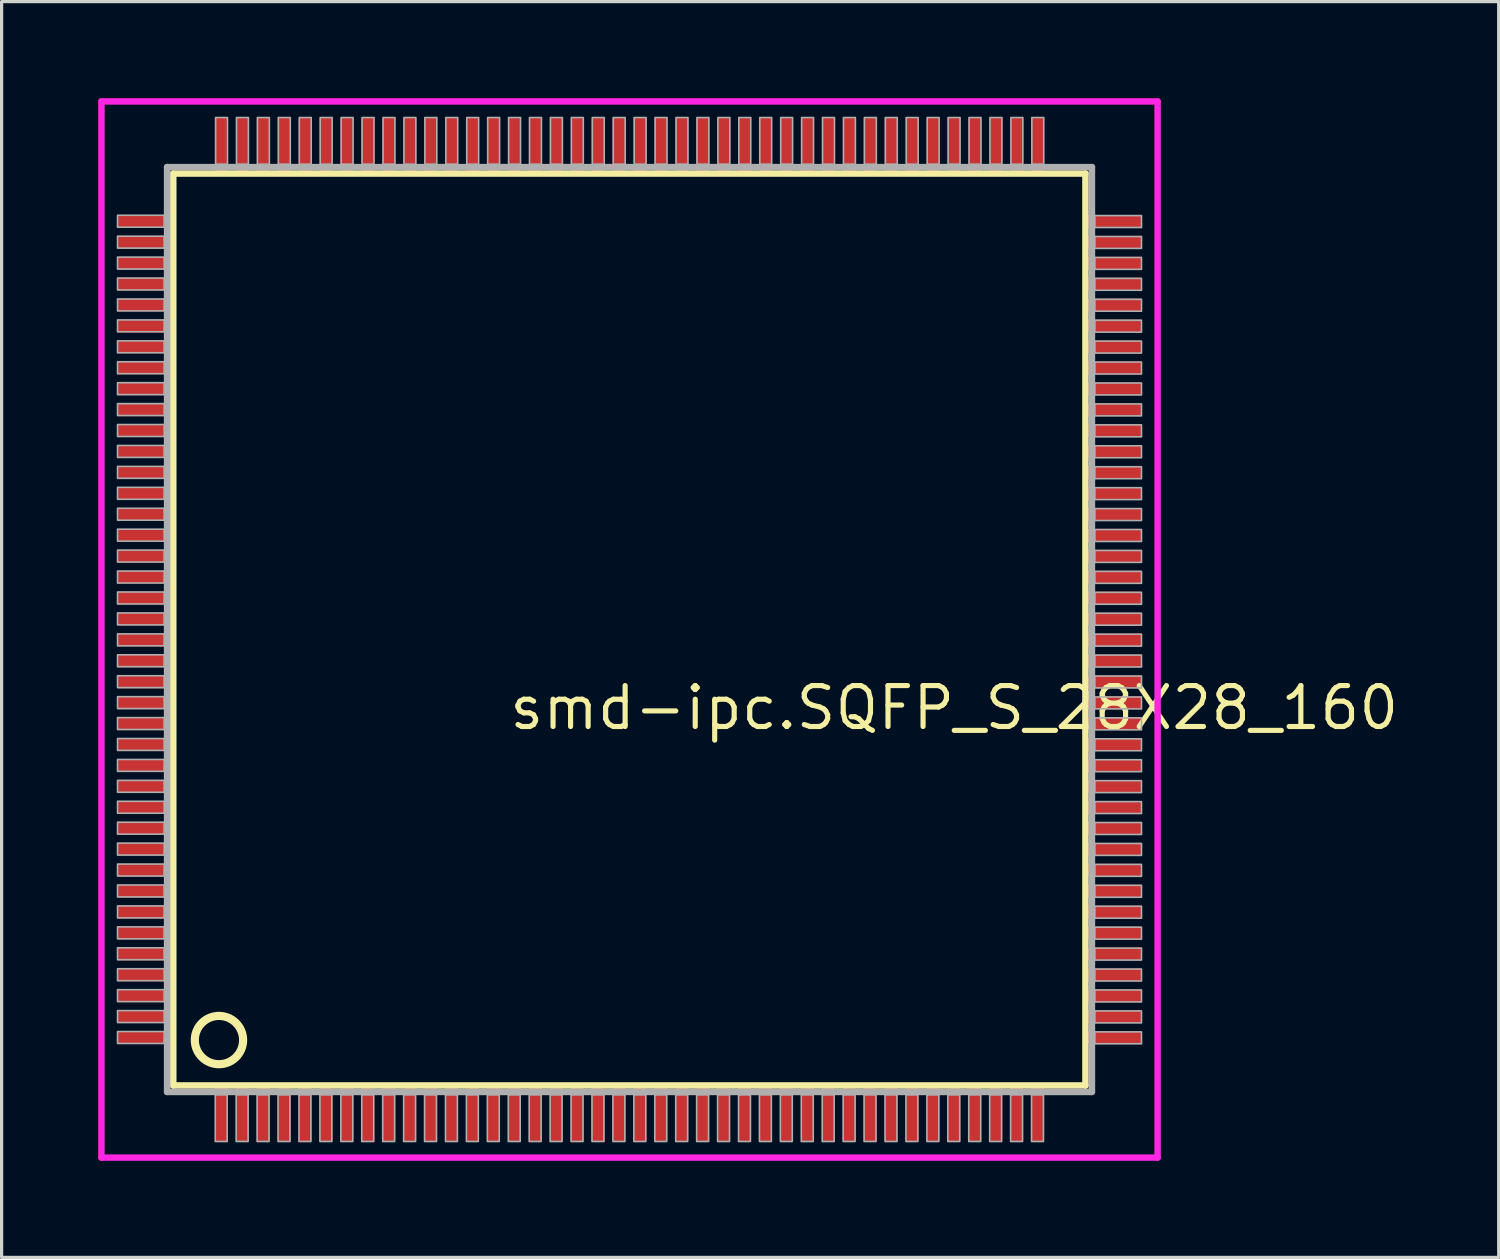
<source format=kicad_pcb>
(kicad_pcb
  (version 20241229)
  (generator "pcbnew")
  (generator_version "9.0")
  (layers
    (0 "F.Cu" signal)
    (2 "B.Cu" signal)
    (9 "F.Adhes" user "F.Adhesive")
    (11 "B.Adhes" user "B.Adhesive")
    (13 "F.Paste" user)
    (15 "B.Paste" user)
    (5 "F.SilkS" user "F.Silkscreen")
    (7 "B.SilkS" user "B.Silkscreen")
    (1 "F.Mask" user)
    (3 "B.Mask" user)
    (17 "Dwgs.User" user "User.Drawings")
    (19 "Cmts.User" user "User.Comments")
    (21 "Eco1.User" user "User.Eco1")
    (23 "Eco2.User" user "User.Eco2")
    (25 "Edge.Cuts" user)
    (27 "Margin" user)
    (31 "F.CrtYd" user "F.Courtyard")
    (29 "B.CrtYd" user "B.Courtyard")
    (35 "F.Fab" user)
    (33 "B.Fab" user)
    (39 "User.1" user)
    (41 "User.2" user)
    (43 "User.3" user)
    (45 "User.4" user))
  (footprint "smd-ipc.SQFP_S_28X28_160"
    (layer "F.Cu")
    (at 16.5 16.5)
    (property "Reference" "smd-ipc.SQFP_S_28X28_160" (at -3.81 3.175 0) (layer "F.SilkS") (effects (font (size 1.27 1.27) (thickness 0.16)) (justify left bottom)))
    (attr smd)
    (fp_line (start -14.17 -14.16) (end 14.16 -14.16) (stroke (width 0.203) (type default)) (layer "F.SilkS"))
    (fp_line (start -14.17 14.16) (end -14.17 -14.16) (stroke (width 0.203) (type default)) (layer "F.SilkS"))
    (fp_line (start 14.16 -14.16) (end 14.16 14.16) (stroke (width 0.203) (type default)) (layer "F.SilkS"))
    (fp_line (start 14.16 14.16) (end -14.17 14.16) (stroke (width 0.203) (type default)) (layer "F.SilkS"))
    (fp_circle (center -12.75 12.75) (end -12 12.75) (stroke (width 0.254) (type default)) (fill no) (layer "F.SilkS"))
    (fp_line (start -16.4 -16.4) (end 16.4 -16.4) (stroke (width 0.2) (type default)) (layer "F.CrtYd"))
    (fp_line (start -16.4 16.4) (end -16.4 -16.4) (stroke (width 0.2) (type default)) (layer "F.CrtYd"))
    (fp_line (start 16.4 -16.4) (end 16.4 16.4) (stroke (width 0.2) (type default)) (layer "F.CrtYd"))
    (fp_line (start 16.4 16.4) (end -16.4 16.4) (stroke (width 0.2) (type default)) (layer "F.CrtYd"))
    (fp_line (start -14.36 -14.36) (end -14.36 14.36) (stroke (width 0.203) (type default)) (layer "F.Fab"))
    (fp_line (start -14.36 14.36) (end 14.36 14.36) (stroke (width 0.203) (type default)) (layer "F.Fab"))
    (fp_line (start 14.36 -14.36) (end -14.36 -14.36) (stroke (width 0.203) (type default)) (layer "F.Fab"))
    (fp_line (start 14.36 14.36) (end 14.36 -14.36) (stroke (width 0.203) (type default)) (layer "F.Fab"))
    (fp_rect (start -15.9 -12.495) (end -14.45 -12.865) (stroke (width 0.05) (type default)) (fill no) (layer "F.Fab"))
    (fp_rect (start -15.9 -11.845) (end -14.45 -12.215) (stroke (width 0.05) (type default)) (fill no) (layer "F.Fab"))
    (fp_rect (start -15.9 -11.195) (end -14.45 -11.565) (stroke (width 0.05) (type default)) (fill no) (layer "F.Fab"))
    (fp_rect (start -15.9 -10.545) (end -14.45 -10.915) (stroke (width 0.05) (type default)) (fill no) (layer "F.Fab"))
    (fp_rect (start -15.9 -9.895) (end -14.45 -10.265) (stroke (width 0.05) (type default)) (fill no) (layer "F.Fab"))
    (fp_rect (start -15.9 -9.245) (end -14.45 -9.615) (stroke (width 0.05) (type default)) (fill no) (layer "F.Fab"))
    (fp_rect (start -15.9 -8.595) (end -14.45 -8.965) (stroke (width 0.05) (type default)) (fill no) (layer "F.Fab"))
    (fp_rect (start -15.9 -7.945) (end -14.45 -8.315) (stroke (width 0.05) (type default)) (fill no) (layer "F.Fab"))
    (fp_rect (start -15.9 -7.295) (end -14.45 -7.665) (stroke (width 0.05) (type default)) (fill no) (layer "F.Fab"))
    (fp_rect (start -15.9 -6.645) (end -14.45 -7.015) (stroke (width 0.05) (type default)) (fill no) (layer "F.Fab"))
    (fp_rect (start -15.9 -5.995) (end -14.45 -6.365) (stroke (width 0.05) (type default)) (fill no) (layer "F.Fab"))
    (fp_rect (start -15.9 -5.345) (end -14.45 -5.715) (stroke (width 0.05) (type default)) (fill no) (layer "F.Fab"))
    (fp_rect (start -15.9 -4.695) (end -14.45 -5.065) (stroke (width 0.05) (type default)) (fill no) (layer "F.Fab"))
    (fp_rect (start -15.9 -4.045) (end -14.45 -4.415) (stroke (width 0.05) (type default)) (fill no) (layer "F.Fab"))
    (fp_rect (start -15.9 -3.395) (end -14.45 -3.765) (stroke (width 0.05) (type default)) (fill no) (layer "F.Fab"))
    (fp_rect (start -15.9 -2.745) (end -14.45 -3.115) (stroke (width 0.05) (type default)) (fill no) (layer "F.Fab"))
    (fp_rect (start -15.9 -2.095) (end -14.45 -2.465) (stroke (width 0.05) (type default)) (fill no) (layer "F.Fab"))
    (fp_rect (start -15.9 -1.445) (end -14.45 -1.815) (stroke (width 0.05) (type default)) (fill no) (layer "F.Fab"))
    (fp_rect (start -15.9 -0.795) (end -14.45 -1.165) (stroke (width 0.05) (type default)) (fill no) (layer "F.Fab"))
    (fp_rect (start -15.9 -0.145) (end -14.45 -0.515) (stroke (width 0.05) (type default)) (fill no) (layer "F.Fab"))
    (fp_rect (start -15.9 0.505) (end -14.45 0.135) (stroke (width 0.05) (type default)) (fill no) (layer "F.Fab"))
    (fp_rect (start -15.9 1.155) (end -14.45 0.785) (stroke (width 0.05) (type default)) (fill no) (layer "F.Fab"))
    (fp_rect (start -15.9 1.805) (end -14.45 1.435) (stroke (width 0.05) (type default)) (fill no) (layer "F.Fab"))
    (fp_rect (start -15.9 2.455) (end -14.45 2.085) (stroke (width 0.05) (type default)) (fill no) (layer "F.Fab"))
    (fp_rect (start -15.9 3.105) (end -14.45 2.735) (stroke (width 0.05) (type default)) (fill no) (layer "F.Fab"))
    (fp_rect (start -15.9 3.755) (end -14.45 3.385) (stroke (width 0.05) (type default)) (fill no) (layer "F.Fab"))
    (fp_rect (start -15.9 4.405) (end -14.45 4.035) (stroke (width 0.05) (type default)) (fill no) (layer "F.Fab"))
    (fp_rect (start -15.9 5.055) (end -14.45 4.685) (stroke (width 0.05) (type default)) (fill no) (layer "F.Fab"))
    (fp_rect (start -15.9 5.705) (end -14.45 5.335) (stroke (width 0.05) (type default)) (fill no) (layer "F.Fab"))
    (fp_rect (start -15.9 6.355) (end -14.45 5.985) (stroke (width 0.05) (type default)) (fill no) (layer "F.Fab"))
    (fp_rect (start -15.9 7.005) (end -14.45 6.635) (stroke (width 0.05) (type default)) (fill no) (layer "F.Fab"))
    (fp_rect (start -15.9 7.655) (end -14.45 7.285) (stroke (width 0.05) (type default)) (fill no) (layer "F.Fab"))
    (fp_rect (start -15.9 8.305) (end -14.45 7.935) (stroke (width 0.05) (type default)) (fill no) (layer "F.Fab"))
    (fp_rect (start -15.9 8.955) (end -14.45 8.585) (stroke (width 0.05) (type default)) (fill no) (layer "F.Fab"))
    (fp_rect (start -15.9 9.605) (end -14.45 9.235) (stroke (width 0.05) (type default)) (fill no) (layer "F.Fab"))
    (fp_rect (start -15.9 10.255) (end -14.45 9.885) (stroke (width 0.05) (type default)) (fill no) (layer "F.Fab"))
    (fp_rect (start -15.9 10.905) (end -14.45 10.535) (stroke (width 0.05) (type default)) (fill no) (layer "F.Fab"))
    (fp_rect (start -15.9 11.555) (end -14.45 11.185) (stroke (width 0.05) (type default)) (fill no) (layer "F.Fab"))
    (fp_rect (start -15.9 12.205) (end -14.45 11.835) (stroke (width 0.05) (type default)) (fill no) (layer "F.Fab"))
    (fp_rect (start -15.9 12.855) (end -14.45 12.485) (stroke (width 0.05) (type default)) (fill no) (layer "F.Fab"))
    (fp_rect (start -12.865 15.9) (end -12.495 14.45) (stroke (width 0.05) (type default)) (fill no) (layer "F.Fab"))
    (fp_rect (start -12.855 -14.45) (end -12.485 -15.9) (stroke (width 0.05) (type default)) (fill no) (layer "F.Fab"))
    (fp_rect (start -12.215 15.9) (end -11.845 14.45) (stroke (width 0.05) (type default)) (fill no) (layer "F.Fab"))
    (fp_rect (start -12.205 -14.45) (end -11.835 -15.9) (stroke (width 0.05) (type default)) (fill no) (layer "F.Fab"))
    (fp_rect (start -11.565 15.9) (end -11.195 14.45) (stroke (width 0.05) (type default)) (fill no) (layer "F.Fab"))
    (fp_rect (start -11.555 -14.45) (end -11.185 -15.9) (stroke (width 0.05) (type default)) (fill no) (layer "F.Fab"))
    (fp_rect (start -10.915 15.9) (end -10.545 14.45) (stroke (width 0.05) (type default)) (fill no) (layer "F.Fab"))
    (fp_rect (start -10.905 -14.45) (end -10.535 -15.9) (stroke (width 0.05) (type default)) (fill no) (layer "F.Fab"))
    (fp_rect (start -10.265 15.9) (end -9.895 14.45) (stroke (width 0.05) (type default)) (fill no) (layer "F.Fab"))
    (fp_rect (start -10.255 -14.45) (end -9.885 -15.9) (stroke (width 0.05) (type default)) (fill no) (layer "F.Fab"))
    (fp_rect (start -9.615 15.9) (end -9.245 14.45) (stroke (width 0.05) (type default)) (fill no) (layer "F.Fab"))
    (fp_rect (start -9.605 -14.45) (end -9.235 -15.9) (stroke (width 0.05) (type default)) (fill no) (layer "F.Fab"))
    (fp_rect (start -8.965 15.9) (end -8.595 14.45) (stroke (width 0.05) (type default)) (fill no) (layer "F.Fab"))
    (fp_rect (start -8.955 -14.45) (end -8.585 -15.9) (stroke (width 0.05) (type default)) (fill no) (layer "F.Fab"))
    (fp_rect (start -8.315 15.9) (end -7.945 14.45) (stroke (width 0.05) (type default)) (fill no) (layer "F.Fab"))
    (fp_rect (start -8.305 -14.45) (end -7.935 -15.9) (stroke (width 0.05) (type default)) (fill no) (layer "F.Fab"))
    (fp_rect (start -7.665 15.9) (end -7.295 14.45) (stroke (width 0.05) (type default)) (fill no) (layer "F.Fab"))
    (fp_rect (start -7.655 -14.45) (end -7.285 -15.9) (stroke (width 0.05) (type default)) (fill no) (layer "F.Fab"))
    (fp_rect (start -7.015 15.9) (end -6.645 14.45) (stroke (width 0.05) (type default)) (fill no) (layer "F.Fab"))
    (fp_rect (start -7.005 -14.45) (end -6.635 -15.9) (stroke (width 0.05) (type default)) (fill no) (layer "F.Fab"))
    (fp_rect (start -6.365 15.9) (end -5.995 14.45) (stroke (width 0.05) (type default)) (fill no) (layer "F.Fab"))
    (fp_rect (start -6.355 -14.45) (end -5.985 -15.9) (stroke (width 0.05) (type default)) (fill no) (layer "F.Fab"))
    (fp_rect (start -5.715 15.9) (end -5.345 14.45) (stroke (width 0.05) (type default)) (fill no) (layer "F.Fab"))
    (fp_rect (start -5.705 -14.45) (end -5.335 -15.9) (stroke (width 0.05) (type default)) (fill no) (layer "F.Fab"))
    (fp_rect (start -5.065 15.9) (end -4.695 14.45) (stroke (width 0.05) (type default)) (fill no) (layer "F.Fab"))
    (fp_rect (start -5.055 -14.45) (end -4.685 -15.9) (stroke (width 0.05) (type default)) (fill no) (layer "F.Fab"))
    (fp_rect (start -4.415 15.9) (end -4.045 14.45) (stroke (width 0.05) (type default)) (fill no) (layer "F.Fab"))
    (fp_rect (start -4.405 -14.45) (end -4.035 -15.9) (stroke (width 0.05) (type default)) (fill no) (layer "F.Fab"))
    (fp_rect (start -3.765 15.9) (end -3.395 14.45) (stroke (width 0.05) (type default)) (fill no) (layer "F.Fab"))
    (fp_rect (start -3.755 -14.45) (end -3.385 -15.9) (stroke (width 0.05) (type default)) (fill no) (layer "F.Fab"))
    (fp_rect (start -3.115 15.9) (end -2.745 14.45) (stroke (width 0.05) (type default)) (fill no) (layer "F.Fab"))
    (fp_rect (start -3.105 -14.45) (end -2.735 -15.9) (stroke (width 0.05) (type default)) (fill no) (layer "F.Fab"))
    (fp_rect (start -2.465 15.9) (end -2.095 14.45) (stroke (width 0.05) (type default)) (fill no) (layer "F.Fab"))
    (fp_rect (start -2.455 -14.45) (end -2.085 -15.9) (stroke (width 0.05) (type default)) (fill no) (layer "F.Fab"))
    (fp_rect (start -1.815 15.9) (end -1.445 14.45) (stroke (width 0.05) (type default)) (fill no) (layer "F.Fab"))
    (fp_rect (start -1.805 -14.45) (end -1.435 -15.9) (stroke (width 0.05) (type default)) (fill no) (layer "F.Fab"))
    (fp_rect (start -1.165 15.9) (end -0.795 14.45) (stroke (width 0.05) (type default)) (fill no) (layer "F.Fab"))
    (fp_rect (start -1.155 -14.45) (end -0.785 -15.9) (stroke (width 0.05) (type default)) (fill no) (layer "F.Fab"))
    (fp_rect (start -0.515 15.9) (end -0.145 14.45) (stroke (width 0.05) (type default)) (fill no) (layer "F.Fab"))
    (fp_rect (start -0.505 -14.45) (end -0.135 -15.9) (stroke (width 0.05) (type default)) (fill no) (layer "F.Fab"))
    (fp_rect (start 0.135 15.9) (end 0.505 14.45) (stroke (width 0.05) (type default)) (fill no) (layer "F.Fab"))
    (fp_rect (start 0.145 -14.45) (end 0.515 -15.9) (stroke (width 0.05) (type default)) (fill no) (layer "F.Fab"))
    (fp_rect (start 0.785 15.9) (end 1.155 14.45) (stroke (width 0.05) (type default)) (fill no) (layer "F.Fab"))
    (fp_rect (start 0.795 -14.45) (end 1.165 -15.9) (stroke (width 0.05) (type default)) (fill no) (layer "F.Fab"))
    (fp_rect (start 1.435 15.9) (end 1.805 14.45) (stroke (width 0.05) (type default)) (fill no) (layer "F.Fab"))
    (fp_rect (start 1.445 -14.45) (end 1.815 -15.9) (stroke (width 0.05) (type default)) (fill no) (layer "F.Fab"))
    (fp_rect (start 2.085 15.9) (end 2.455 14.45) (stroke (width 0.05) (type default)) (fill no) (layer "F.Fab"))
    (fp_rect (start 2.095 -14.45) (end 2.465 -15.9) (stroke (width 0.05) (type default)) (fill no) (layer "F.Fab"))
    (fp_rect (start 2.735 15.9) (end 3.105 14.45) (stroke (width 0.05) (type default)) (fill no) (layer "F.Fab"))
    (fp_rect (start 2.745 -14.45) (end 3.115 -15.9) (stroke (width 0.05) (type default)) (fill no) (layer "F.Fab"))
    (fp_rect (start 3.385 15.9) (end 3.755 14.45) (stroke (width 0.05) (type default)) (fill no) (layer "F.Fab"))
    (fp_rect (start 3.395 -14.45) (end 3.765 -15.9) (stroke (width 0.05) (type default)) (fill no) (layer "F.Fab"))
    (fp_rect (start 4.035 15.9) (end 4.405 14.45) (stroke (width 0.05) (type default)) (fill no) (layer "F.Fab"))
    (fp_rect (start 4.045 -14.45) (end 4.415 -15.9) (stroke (width 0.05) (type default)) (fill no) (layer "F.Fab"))
    (fp_rect (start 4.685 15.9) (end 5.055 14.45) (stroke (width 0.05) (type default)) (fill no) (layer "F.Fab"))
    (fp_rect (start 4.695 -14.45) (end 5.065 -15.9) (stroke (width 0.05) (type default)) (fill no) (layer "F.Fab"))
    (fp_rect (start 5.335 15.9) (end 5.705 14.45) (stroke (width 0.05) (type default)) (fill no) (layer "F.Fab"))
    (fp_rect (start 5.345 -14.45) (end 5.715 -15.9) (stroke (width 0.05) (type default)) (fill no) (layer "F.Fab"))
    (fp_rect (start 5.985 15.9) (end 6.355 14.45) (stroke (width 0.05) (type default)) (fill no) (layer "F.Fab"))
    (fp_rect (start 5.995 -14.45) (end 6.365 -15.9) (stroke (width 0.05) (type default)) (fill no) (layer "F.Fab"))
    (fp_rect (start 6.635 15.9) (end 7.005 14.45) (stroke (width 0.05) (type default)) (fill no) (layer "F.Fab"))
    (fp_rect (start 6.645 -14.45) (end 7.015 -15.9) (stroke (width 0.05) (type default)) (fill no) (layer "F.Fab"))
    (fp_rect (start 7.285 15.9) (end 7.655 14.45) (stroke (width 0.05) (type default)) (fill no) (layer "F.Fab"))
    (fp_rect (start 7.295 -14.45) (end 7.665 -15.9) (stroke (width 0.05) (type default)) (fill no) (layer "F.Fab"))
    (fp_rect (start 7.935 15.9) (end 8.305 14.45) (stroke (width 0.05) (type default)) (fill no) (layer "F.Fab"))
    (fp_rect (start 7.945 -14.45) (end 8.315 -15.9) (stroke (width 0.05) (type default)) (fill no) (layer "F.Fab"))
    (fp_rect (start 8.585 15.9) (end 8.955 14.45) (stroke (width 0.05) (type default)) (fill no) (layer "F.Fab"))
    (fp_rect (start 8.595 -14.45) (end 8.965 -15.9) (stroke (width 0.05) (type default)) (fill no) (layer "F.Fab"))
    (fp_rect (start 9.235 15.9) (end 9.605 14.45) (stroke (width 0.05) (type default)) (fill no) (layer "F.Fab"))
    (fp_rect (start 9.245 -14.45) (end 9.615 -15.9) (stroke (width 0.05) (type default)) (fill no) (layer "F.Fab"))
    (fp_rect (start 9.885 15.9) (end 10.255 14.45) (stroke (width 0.05) (type default)) (fill no) (layer "F.Fab"))
    (fp_rect (start 9.895 -14.45) (end 10.265 -15.9) (stroke (width 0.05) (type default)) (fill no) (layer "F.Fab"))
    (fp_rect (start 10.535 15.9) (end 10.905 14.45) (stroke (width 0.05) (type default)) (fill no) (layer "F.Fab"))
    (fp_rect (start 10.545 -14.45) (end 10.915 -15.9) (stroke (width 0.05) (type default)) (fill no) (layer "F.Fab"))
    (fp_rect (start 11.185 15.9) (end 11.555 14.45) (stroke (width 0.05) (type default)) (fill no) (layer "F.Fab"))
    (fp_rect (start 11.195 -14.45) (end 11.565 -15.9) (stroke (width 0.05) (type default)) (fill no) (layer "F.Fab"))
    (fp_rect (start 11.835 15.9) (end 12.205 14.45) (stroke (width 0.05) (type default)) (fill no) (layer "F.Fab"))
    (fp_rect (start 11.845 -14.45) (end 12.215 -15.9) (stroke (width 0.05) (type default)) (fill no) (layer "F.Fab"))
    (fp_rect (start 12.485 15.9) (end 12.855 14.45) (stroke (width 0.05) (type default)) (fill no) (layer "F.Fab"))
    (fp_rect (start 12.495 -14.45) (end 12.865 -15.9) (stroke (width 0.05) (type default)) (fill no) (layer "F.Fab"))
    (fp_rect (start 14.45 -12.485) (end 15.9 -12.855) (stroke (width 0.05) (type default)) (fill no) (layer "F.Fab"))
    (fp_rect (start 14.45 -11.835) (end 15.9 -12.205) (stroke (width 0.05) (type default)) (fill no) (layer "F.Fab"))
    (fp_rect (start 14.45 -11.185) (end 15.9 -11.555) (stroke (width 0.05) (type default)) (fill no) (layer "F.Fab"))
    (fp_rect (start 14.45 -10.535) (end 15.9 -10.905) (stroke (width 0.05) (type default)) (fill no) (layer "F.Fab"))
    (fp_rect (start 14.45 -9.885) (end 15.9 -10.255) (stroke (width 0.05) (type default)) (fill no) (layer "F.Fab"))
    (fp_rect (start 14.45 -9.235) (end 15.9 -9.605) (stroke (width 0.05) (type default)) (fill no) (layer "F.Fab"))
    (fp_rect (start 14.45 -8.585) (end 15.9 -8.955) (stroke (width 0.05) (type default)) (fill no) (layer "F.Fab"))
    (fp_rect (start 14.45 -7.935) (end 15.9 -8.305) (stroke (width 0.05) (type default)) (fill no) (layer "F.Fab"))
    (fp_rect (start 14.45 -7.285) (end 15.9 -7.655) (stroke (width 0.05) (type default)) (fill no) (layer "F.Fab"))
    (fp_rect (start 14.45 -6.635) (end 15.9 -7.005) (stroke (width 0.05) (type default)) (fill no) (layer "F.Fab"))
    (fp_rect (start 14.45 -5.985) (end 15.9 -6.355) (stroke (width 0.05) (type default)) (fill no) (layer "F.Fab"))
    (fp_rect (start 14.45 -5.335) (end 15.9 -5.705) (stroke (width 0.05) (type default)) (fill no) (layer "F.Fab"))
    (fp_rect (start 14.45 -4.685) (end 15.9 -5.055) (stroke (width 0.05) (type default)) (fill no) (layer "F.Fab"))
    (fp_rect (start 14.45 -4.035) (end 15.9 -4.405) (stroke (width 0.05) (type default)) (fill no) (layer "F.Fab"))
    (fp_rect (start 14.45 -3.385) (end 15.9 -3.755) (stroke (width 0.05) (type default)) (fill no) (layer "F.Fab"))
    (fp_rect (start 14.45 -2.735) (end 15.9 -3.105) (stroke (width 0.05) (type default)) (fill no) (layer "F.Fab"))
    (fp_rect (start 14.45 -2.085) (end 15.9 -2.455) (stroke (width 0.05) (type default)) (fill no) (layer "F.Fab"))
    (fp_rect (start 14.45 -1.435) (end 15.9 -1.805) (stroke (width 0.05) (type default)) (fill no) (layer "F.Fab"))
    (fp_rect (start 14.45 -0.785) (end 15.9 -1.155) (stroke (width 0.05) (type default)) (fill no) (layer "F.Fab"))
    (fp_rect (start 14.45 -0.135) (end 15.9 -0.505) (stroke (width 0.05) (type default)) (fill no) (layer "F.Fab"))
    (fp_rect (start 14.45 0.515) (end 15.9 0.145) (stroke (width 0.05) (type default)) (fill no) (layer "F.Fab"))
    (fp_rect (start 14.45 1.165) (end 15.9 0.795) (stroke (width 0.05) (type default)) (fill no) (layer "F.Fab"))
    (fp_rect (start 14.45 1.815) (end 15.9 1.445) (stroke (width 0.05) (type default)) (fill no) (layer "F.Fab"))
    (fp_rect (start 14.45 2.465) (end 15.9 2.095) (stroke (width 0.05) (type default)) (fill no) (layer "F.Fab"))
    (fp_rect (start 14.45 3.115) (end 15.9 2.745) (stroke (width 0.05) (type default)) (fill no) (layer "F.Fab"))
    (fp_rect (start 14.45 3.765) (end 15.9 3.395) (stroke (width 0.05) (type default)) (fill no) (layer "F.Fab"))
    (fp_rect (start 14.45 4.415) (end 15.9 4.045) (stroke (width 0.05) (type default)) (fill no) (layer "F.Fab"))
    (fp_rect (start 14.45 5.065) (end 15.9 4.695) (stroke (width 0.05) (type default)) (fill no) (layer "F.Fab"))
    (fp_rect (start 14.45 5.715) (end 15.9 5.345) (stroke (width 0.05) (type default)) (fill no) (layer "F.Fab"))
    (fp_rect (start 14.45 6.365) (end 15.9 5.995) (stroke (width 0.05) (type default)) (fill no) (layer "F.Fab"))
    (fp_rect (start 14.45 7.015) (end 15.9 6.645) (stroke (width 0.05) (type default)) (fill no) (layer "F.Fab"))
    (fp_rect (start 14.45 7.665) (end 15.9 7.295) (stroke (width 0.05) (type default)) (fill no) (layer "F.Fab"))
    (fp_rect (start 14.45 8.315) (end 15.9 7.945) (stroke (width 0.05) (type default)) (fill no) (layer "F.Fab"))
    (fp_rect (start 14.45 8.965) (end 15.9 8.595) (stroke (width 0.05) (type default)) (fill no) (layer "F.Fab"))
    (fp_rect (start 14.45 9.615) (end 15.9 9.245) (stroke (width 0.05) (type default)) (fill no) (layer "F.Fab"))
    (fp_rect (start 14.45 10.265) (end 15.9 9.895) (stroke (width 0.05) (type default)) (fill no) (layer "F.Fab"))
    (fp_rect (start 14.45 10.915) (end 15.9 10.545) (stroke (width 0.05) (type default)) (fill no) (layer "F.Fab"))
    (fp_rect (start 14.45 11.565) (end 15.9 11.195) (stroke (width 0.05) (type default)) (fill no) (layer "F.Fab"))
    (fp_rect (start 14.45 12.215) (end 15.9 11.845) (stroke (width 0.05) (type default)) (fill no) (layer "F.Fab"))
    (fp_rect (start 14.45 12.865) (end 15.9 12.495) (stroke (width 0.05) (type default)) (fill no) (layer "F.Fab"))
    (pad "1" smd roundrect (at -12.675 15) (size 0.4 1.8) (layers "F.Cu" "F.Mask" "F.Paste") (roundrect_rratio 0.01))
    (pad "2" smd roundrect (at -12.025 15) (size 0.4 1.8) (layers "F.Cu" "F.Mask" "F.Paste") (roundrect_rratio 0.01))
    (pad "3" smd roundrect (at -11.375 15) (size 0.4 1.8) (layers "F.Cu" "F.Mask" "F.Paste") (roundrect_rratio 0.01))
    (pad "4" smd roundrect (at -10.725 15) (size 0.4 1.8) (layers "F.Cu" "F.Mask" "F.Paste") (roundrect_rratio 0.01))
    (pad "5" smd roundrect (at -10.075 15) (size 0.4 1.8) (layers "F.Cu" "F.Mask" "F.Paste") (roundrect_rratio 0.01))
    (pad "6" smd roundrect (at -9.425 15) (size 0.4 1.8) (layers "F.Cu" "F.Mask" "F.Paste") (roundrect_rratio 0.01))
    (pad "7" smd roundrect (at -8.775 15) (size 0.4 1.8) (layers "F.Cu" "F.Mask" "F.Paste") (roundrect_rratio 0.01))
    (pad "8" smd roundrect (at -8.125 15) (size 0.4 1.8) (layers "F.Cu" "F.Mask" "F.Paste") (roundrect_rratio 0.01))
    (pad "9" smd roundrect (at -7.475 15) (size 0.4 1.8) (layers "F.Cu" "F.Mask" "F.Paste") (roundrect_rratio 0.01))
    (pad "10" smd roundrect (at -6.825 15) (size 0.4 1.8) (layers "F.Cu" "F.Mask" "F.Paste") (roundrect_rratio 0.01))
    (pad "11" smd roundrect (at -6.175 15) (size 0.4 1.8) (layers "F.Cu" "F.Mask" "F.Paste") (roundrect_rratio 0.01))
    (pad "12" smd roundrect (at -5.525 15) (size 0.4 1.8) (layers "F.Cu" "F.Mask" "F.Paste") (roundrect_rratio 0.01))
    (pad "13" smd roundrect (at -4.875 15) (size 0.4 1.8) (layers "F.Cu" "F.Mask" "F.Paste") (roundrect_rratio 0.01))
    (pad "14" smd roundrect (at -4.225 15) (size 0.4 1.8) (layers "F.Cu" "F.Mask" "F.Paste") (roundrect_rratio 0.01))
    (pad "15" smd roundrect (at -3.575 15) (size 0.4 1.8) (layers "F.Cu" "F.Mask" "F.Paste") (roundrect_rratio 0.01))
    (pad "16" smd roundrect (at -2.925 15) (size 0.4 1.8) (layers "F.Cu" "F.Mask" "F.Paste") (roundrect_rratio 0.01))
    (pad "17" smd roundrect (at -2.275 15) (size 0.4 1.8) (layers "F.Cu" "F.Mask" "F.Paste") (roundrect_rratio 0.01))
    (pad "18" smd roundrect (at -1.625 15) (size 0.4 1.8) (layers "F.Cu" "F.Mask" "F.Paste") (roundrect_rratio 0.01))
    (pad "19" smd roundrect (at -0.975 15) (size 0.4 1.8) (layers "F.Cu" "F.Mask" "F.Paste") (roundrect_rratio 0.01))
    (pad "20" smd roundrect (at -0.325 15) (size 0.4 1.8) (layers "F.Cu" "F.Mask" "F.Paste") (roundrect_rratio 0.01))
    (pad "21" smd roundrect (at 0.325 15) (size 0.4 1.8) (layers "F.Cu" "F.Mask" "F.Paste") (roundrect_rratio 0.01))
    (pad "22" smd roundrect (at 0.975 15) (size 0.4 1.8) (layers "F.Cu" "F.Mask" "F.Paste") (roundrect_rratio 0.01))
    (pad "23" smd roundrect (at 1.625 15) (size 0.4 1.8) (layers "F.Cu" "F.Mask" "F.Paste") (roundrect_rratio 0.01))
    (pad "24" smd roundrect (at 2.275 15) (size 0.4 1.8) (layers "F.Cu" "F.Mask" "F.Paste") (roundrect_rratio 0.01))
    (pad "25" smd roundrect (at 2.925 15) (size 0.4 1.8) (layers "F.Cu" "F.Mask" "F.Paste") (roundrect_rratio 0.01))
    (pad "26" smd roundrect (at 3.575 15) (size 0.4 1.8) (layers "F.Cu" "F.Mask" "F.Paste") (roundrect_rratio 0.01))
    (pad "27" smd roundrect (at 4.225 15) (size 0.4 1.8) (layers "F.Cu" "F.Mask" "F.Paste") (roundrect_rratio 0.01))
    (pad "28" smd roundrect (at 4.875 15) (size 0.4 1.8) (layers "F.Cu" "F.Mask" "F.Paste") (roundrect_rratio 0.01))
    (pad "29" smd roundrect (at 5.525 15) (size 0.4 1.8) (layers "F.Cu" "F.Mask" "F.Paste") (roundrect_rratio 0.01))
    (pad "30" smd roundrect (at 6.175 15) (size 0.4 1.8) (layers "F.Cu" "F.Mask" "F.Paste") (roundrect_rratio 0.01))
    (pad "31" smd roundrect (at 6.825 15) (size 0.4 1.8) (layers "F.Cu" "F.Mask" "F.Paste") (roundrect_rratio 0.01))
    (pad "32" smd roundrect (at 7.475 15) (size 0.4 1.8) (layers "F.Cu" "F.Mask" "F.Paste") (roundrect_rratio 0.01))
    (pad "33" smd roundrect (at 8.125 15) (size 0.4 1.8) (layers "F.Cu" "F.Mask" "F.Paste") (roundrect_rratio 0.01))
    (pad "34" smd roundrect (at 8.775 15) (size 0.4 1.8) (layers "F.Cu" "F.Mask" "F.Paste") (roundrect_rratio 0.01))
    (pad "35" smd roundrect (at 9.425 15) (size 0.4 1.8) (layers "F.Cu" "F.Mask" "F.Paste") (roundrect_rratio 0.01))
    (pad "36" smd roundrect (at 10.075 15) (size 0.4 1.8) (layers "F.Cu" "F.Mask" "F.Paste") (roundrect_rratio 0.01))
    (pad "37" smd roundrect (at 10.725 15) (size 0.4 1.8) (layers "F.Cu" "F.Mask" "F.Paste") (roundrect_rratio 0.01))
    (pad "38" smd roundrect (at 11.375 15) (size 0.4 1.8) (layers "F.Cu" "F.Mask" "F.Paste") (roundrect_rratio 0.01))
    (pad "39" smd roundrect (at 12.025 15) (size 0.4 1.8) (layers "F.Cu" "F.Mask" "F.Paste") (roundrect_rratio 0.01))
    (pad "40" smd roundrect (at 12.675 15) (size 0.4 1.8) (layers "F.Cu" "F.Mask" "F.Paste") (roundrect_rratio 0.01))
    (pad "41" smd roundrect (at 15 12.675) (size 1.8 0.4) (layers "F.Cu" "F.Mask" "F.Paste") (roundrect_rratio 0.01))
    (pad "42" smd roundrect (at 15 12.025) (size 1.8 0.4) (layers "F.Cu" "F.Mask" "F.Paste") (roundrect_rratio 0.01))
    (pad "43" smd roundrect (at 15 11.375) (size 1.8 0.4) (layers "F.Cu" "F.Mask" "F.Paste") (roundrect_rratio 0.01))
    (pad "44" smd roundrect (at 15 10.725) (size 1.8 0.4) (layers "F.Cu" "F.Mask" "F.Paste") (roundrect_rratio 0.01))
    (pad "45" smd roundrect (at 15 10.075) (size 1.8 0.4) (layers "F.Cu" "F.Mask" "F.Paste") (roundrect_rratio 0.01))
    (pad "46" smd roundrect (at 15 9.425) (size 1.8 0.4) (layers "F.Cu" "F.Mask" "F.Paste") (roundrect_rratio 0.01))
    (pad "47" smd roundrect (at 15 8.775) (size 1.8 0.4) (layers "F.Cu" "F.Mask" "F.Paste") (roundrect_rratio 0.01))
    (pad "48" smd roundrect (at 15 8.125) (size 1.8 0.4) (layers "F.Cu" "F.Mask" "F.Paste") (roundrect_rratio 0.01))
    (pad "49" smd roundrect (at 15 7.475) (size 1.8 0.4) (layers "F.Cu" "F.Mask" "F.Paste") (roundrect_rratio 0.01))
    (pad "50" smd roundrect (at 15 6.825) (size 1.8 0.4) (layers "F.Cu" "F.Mask" "F.Paste") (roundrect_rratio 0.01))
    (pad "51" smd roundrect (at 15 6.175) (size 1.8 0.4) (layers "F.Cu" "F.Mask" "F.Paste") (roundrect_rratio 0.01))
    (pad "52" smd roundrect (at 15 5.525) (size 1.8 0.4) (layers "F.Cu" "F.Mask" "F.Paste") (roundrect_rratio 0.01))
    (pad "53" smd roundrect (at 15 4.875) (size 1.8 0.4) (layers "F.Cu" "F.Mask" "F.Paste") (roundrect_rratio 0.01))
    (pad "54" smd roundrect (at 15 4.225) (size 1.8 0.4) (layers "F.Cu" "F.Mask" "F.Paste") (roundrect_rratio 0.01))
    (pad "55" smd roundrect (at 15 3.575) (size 1.8 0.4) (layers "F.Cu" "F.Mask" "F.Paste") (roundrect_rratio 0.01))
    (pad "56" smd roundrect (at 15 2.925) (size 1.8 0.4) (layers "F.Cu" "F.Mask" "F.Paste") (roundrect_rratio 0.01))
    (pad "57" smd roundrect (at 15 2.275) (size 1.8 0.4) (layers "F.Cu" "F.Mask" "F.Paste") (roundrect_rratio 0.01))
    (pad "58" smd roundrect (at 15 1.625) (size 1.8 0.4) (layers "F.Cu" "F.Mask" "F.Paste") (roundrect_rratio 0.01))
    (pad "59" smd roundrect (at 15 0.975) (size 1.8 0.4) (layers "F.Cu" "F.Mask" "F.Paste") (roundrect_rratio 0.01))
    (pad "60" smd roundrect (at 15 0.325) (size 1.8 0.4) (layers "F.Cu" "F.Mask" "F.Paste") (roundrect_rratio 0.01))
    (pad "61" smd roundrect (at 15 -0.325) (size 1.8 0.4) (layers "F.Cu" "F.Mask" "F.Paste") (roundrect_rratio 0.01))
    (pad "62" smd roundrect (at 15 -0.975) (size 1.8 0.4) (layers "F.Cu" "F.Mask" "F.Paste") (roundrect_rratio 0.01))
    (pad "63" smd roundrect (at 15 -1.625) (size 1.8 0.4) (layers "F.Cu" "F.Mask" "F.Paste") (roundrect_rratio 0.01))
    (pad "64" smd roundrect (at 15 -2.275) (size 1.8 0.4) (layers "F.Cu" "F.Mask" "F.Paste") (roundrect_rratio 0.01))
    (pad "65" smd roundrect (at 15 -2.925) (size 1.8 0.4) (layers "F.Cu" "F.Mask" "F.Paste") (roundrect_rratio 0.01))
    (pad "66" smd roundrect (at 15 -3.575) (size 1.8 0.4) (layers "F.Cu" "F.Mask" "F.Paste") (roundrect_rratio 0.01))
    (pad "67" smd roundrect (at 15 -4.225) (size 1.8 0.4) (layers "F.Cu" "F.Mask" "F.Paste") (roundrect_rratio 0.01))
    (pad "68" smd roundrect (at 15 -4.875) (size 1.8 0.4) (layers "F.Cu" "F.Mask" "F.Paste") (roundrect_rratio 0.01))
    (pad "69" smd roundrect (at 15 -5.525) (size 1.8 0.4) (layers "F.Cu" "F.Mask" "F.Paste") (roundrect_rratio 0.01))
    (pad "70" smd roundrect (at 15 -6.175) (size 1.8 0.4) (layers "F.Cu" "F.Mask" "F.Paste") (roundrect_rratio 0.01))
    (pad "71" smd roundrect (at 15 -6.825) (size 1.8 0.4) (layers "F.Cu" "F.Mask" "F.Paste") (roundrect_rratio 0.01))
    (pad "72" smd roundrect (at 15 -7.475) (size 1.8 0.4) (layers "F.Cu" "F.Mask" "F.Paste") (roundrect_rratio 0.01))
    (pad "73" smd roundrect (at 15 -8.125) (size 1.8 0.4) (layers "F.Cu" "F.Mask" "F.Paste") (roundrect_rratio 0.01))
    (pad "74" smd roundrect (at 15 -8.775) (size 1.8 0.4) (layers "F.Cu" "F.Mask" "F.Paste") (roundrect_rratio 0.01))
    (pad "75" smd roundrect (at 15 -9.425) (size 1.8 0.4) (layers "F.Cu" "F.Mask" "F.Paste") (roundrect_rratio 0.01))
    (pad "76" smd roundrect (at 15 -10.075) (size 1.8 0.4) (layers "F.Cu" "F.Mask" "F.Paste") (roundrect_rratio 0.01))
    (pad "77" smd roundrect (at 15 -10.725) (size 1.8 0.4) (layers "F.Cu" "F.Mask" "F.Paste") (roundrect_rratio 0.01))
    (pad "78" smd roundrect (at 15 -11.375) (size 1.8 0.4) (layers "F.Cu" "F.Mask" "F.Paste") (roundrect_rratio 0.01))
    (pad "79" smd roundrect (at 15 -12.025) (size 1.8 0.4) (layers "F.Cu" "F.Mask" "F.Paste") (roundrect_rratio 0.01))
    (pad "80" smd roundrect (at 15 -12.675) (size 1.8 0.4) (layers "F.Cu" "F.Mask" "F.Paste") (roundrect_rratio 0.01))
    (pad "81" smd roundrect (at 12.675 -15) (size 0.4 1.8) (layers "F.Cu" "F.Mask" "F.Paste") (roundrect_rratio 0.01))
    (pad "82" smd roundrect (at 12.025 -15) (size 0.4 1.8) (layers "F.Cu" "F.Mask" "F.Paste") (roundrect_rratio 0.01))
    (pad "83" smd roundrect (at 11.375 -15) (size 0.4 1.8) (layers "F.Cu" "F.Mask" "F.Paste") (roundrect_rratio 0.01))
    (pad "84" smd roundrect (at 10.725 -15) (size 0.4 1.8) (layers "F.Cu" "F.Mask" "F.Paste") (roundrect_rratio 0.01))
    (pad "85" smd roundrect (at 10.075 -15) (size 0.4 1.8) (layers "F.Cu" "F.Mask" "F.Paste") (roundrect_rratio 0.01))
    (pad "86" smd roundrect (at 9.425 -15) (size 0.4 1.8) (layers "F.Cu" "F.Mask" "F.Paste") (roundrect_rratio 0.01))
    (pad "87" smd roundrect (at 8.775 -15) (size 0.4 1.8) (layers "F.Cu" "F.Mask" "F.Paste") (roundrect_rratio 0.01))
    (pad "88" smd roundrect (at 8.125 -15) (size 0.4 1.8) (layers "F.Cu" "F.Mask" "F.Paste") (roundrect_rratio 0.01))
    (pad "89" smd roundrect (at 7.475 -15) (size 0.4 1.8) (layers "F.Cu" "F.Mask" "F.Paste") (roundrect_rratio 0.01))
    (pad "90" smd roundrect (at 6.825 -15) (size 0.4 1.8) (layers "F.Cu" "F.Mask" "F.Paste") (roundrect_rratio 0.01))
    (pad "91" smd roundrect (at 6.175 -15) (size 0.4 1.8) (layers "F.Cu" "F.Mask" "F.Paste") (roundrect_rratio 0.01))
    (pad "92" smd roundrect (at 5.525 -15) (size 0.4 1.8) (layers "F.Cu" "F.Mask" "F.Paste") (roundrect_rratio 0.01))
    (pad "93" smd roundrect (at 4.875 -15) (size 0.4 1.8) (layers "F.Cu" "F.Mask" "F.Paste") (roundrect_rratio 0.01))
    (pad "94" smd roundrect (at 4.225 -15) (size 0.4 1.8) (layers "F.Cu" "F.Mask" "F.Paste") (roundrect_rratio 0.01))
    (pad "95" smd roundrect (at 3.575 -15) (size 0.4 1.8) (layers "F.Cu" "F.Mask" "F.Paste") (roundrect_rratio 0.01))
    (pad "96" smd roundrect (at 2.925 -15) (size 0.4 1.8) (layers "F.Cu" "F.Mask" "F.Paste") (roundrect_rratio 0.01))
    (pad "97" smd roundrect (at 2.275 -15) (size 0.4 1.8) (layers "F.Cu" "F.Mask" "F.Paste") (roundrect_rratio 0.01))
    (pad "98" smd roundrect (at 1.625 -15) (size 0.4 1.8) (layers "F.Cu" "F.Mask" "F.Paste") (roundrect_rratio 0.01))
    (pad "99" smd roundrect (at 0.975 -15) (size 0.4 1.8) (layers "F.Cu" "F.Mask" "F.Paste") (roundrect_rratio 0.01))
    (pad "100" smd roundrect (at 0.325 -15) (size 0.4 1.8) (layers "F.Cu" "F.Mask" "F.Paste") (roundrect_rratio 0.01))
    (pad "101" smd roundrect (at -0.325 -15) (size 0.4 1.8) (layers "F.Cu" "F.Mask" "F.Paste") (roundrect_rratio 0.01))
    (pad "102" smd roundrect (at -0.975 -15) (size 0.4 1.8) (layers "F.Cu" "F.Mask" "F.Paste") (roundrect_rratio 0.01))
    (pad "103" smd roundrect (at -1.625 -15) (size 0.4 1.8) (layers "F.Cu" "F.Mask" "F.Paste") (roundrect_rratio 0.01))
    (pad "104" smd roundrect (at -2.275 -15) (size 0.4 1.8) (layers "F.Cu" "F.Mask" "F.Paste") (roundrect_rratio 0.01))
    (pad "105" smd roundrect (at -2.925 -15) (size 0.4 1.8) (layers "F.Cu" "F.Mask" "F.Paste") (roundrect_rratio 0.01))
    (pad "106" smd roundrect (at -3.575 -15) (size 0.4 1.8) (layers "F.Cu" "F.Mask" "F.Paste") (roundrect_rratio 0.01))
    (pad "107" smd roundrect (at -4.225 -15) (size 0.4 1.8) (layers "F.Cu" "F.Mask" "F.Paste") (roundrect_rratio 0.01))
    (pad "108" smd roundrect (at -4.875 -15) (size 0.4 1.8) (layers "F.Cu" "F.Mask" "F.Paste") (roundrect_rratio 0.01))
    (pad "109" smd roundrect (at -5.525 -15) (size 0.4 1.8) (layers "F.Cu" "F.Mask" "F.Paste") (roundrect_rratio 0.01))
    (pad "110" smd roundrect (at -6.175 -15) (size 0.4 1.8) (layers "F.Cu" "F.Mask" "F.Paste") (roundrect_rratio 0.01))
    (pad "111" smd roundrect (at -6.825 -15) (size 0.4 1.8) (layers "F.Cu" "F.Mask" "F.Paste") (roundrect_rratio 0.01))
    (pad "112" smd roundrect (at -7.475 -15) (size 0.4 1.8) (layers "F.Cu" "F.Mask" "F.Paste") (roundrect_rratio 0.01))
    (pad "113" smd roundrect (at -8.125 -15) (size 0.4 1.8) (layers "F.Cu" "F.Mask" "F.Paste") (roundrect_rratio 0.01))
    (pad "114" smd roundrect (at -8.775 -15) (size 0.4 1.8) (layers "F.Cu" "F.Mask" "F.Paste") (roundrect_rratio 0.01))
    (pad "115" smd roundrect (at -9.425 -15) (size 0.4 1.8) (layers "F.Cu" "F.Mask" "F.Paste") (roundrect_rratio 0.01))
    (pad "116" smd roundrect (at -10.075 -15) (size 0.4 1.8) (layers "F.Cu" "F.Mask" "F.Paste") (roundrect_rratio 0.01))
    (pad "117" smd roundrect (at -10.725 -15) (size 0.4 1.8) (layers "F.Cu" "F.Mask" "F.Paste") (roundrect_rratio 0.01))
    (pad "118" smd roundrect (at -11.375 -15) (size 0.4 1.8) (layers "F.Cu" "F.Mask" "F.Paste") (roundrect_rratio 0.01))
    (pad "119" smd roundrect (at -12.025 -15) (size 0.4 1.8) (layers "F.Cu" "F.Mask" "F.Paste") (roundrect_rratio 0.01))
    (pad "120" smd roundrect (at -12.675 -15) (size 0.4 1.8) (layers "F.Cu" "F.Mask" "F.Paste") (roundrect_rratio 0.01))
    (pad "121" smd roundrect (at -15 -12.675) (size 1.8 0.4) (layers "F.Cu" "F.Mask" "F.Paste") (roundrect_rratio 0.01))
    (pad "122" smd roundrect (at -15 -12.025) (size 1.8 0.4) (layers "F.Cu" "F.Mask" "F.Paste") (roundrect_rratio 0.01))
    (pad "123" smd roundrect (at -15 -11.375) (size 1.8 0.4) (layers "F.Cu" "F.Mask" "F.Paste") (roundrect_rratio 0.01))
    (pad "124" smd roundrect (at -15 -10.725) (size 1.8 0.4) (layers "F.Cu" "F.Mask" "F.Paste") (roundrect_rratio 0.01))
    (pad "125" smd roundrect (at -15 -10.075) (size 1.8 0.4) (layers "F.Cu" "F.Mask" "F.Paste") (roundrect_rratio 0.01))
    (pad "126" smd roundrect (at -15 -9.425) (size 1.8 0.4) (layers "F.Cu" "F.Mask" "F.Paste") (roundrect_rratio 0.01))
    (pad "127" smd roundrect (at -15 -8.775) (size 1.8 0.4) (layers "F.Cu" "F.Mask" "F.Paste") (roundrect_rratio 0.01))
    (pad "128" smd roundrect (at -15 -8.125) (size 1.8 0.4) (layers "F.Cu" "F.Mask" "F.Paste") (roundrect_rratio 0.01))
    (pad "129" smd roundrect (at -15 -7.475) (size 1.8 0.4) (layers "F.Cu" "F.Mask" "F.Paste") (roundrect_rratio 0.01))
    (pad "130" smd roundrect (at -15 -6.825) (size 1.8 0.4) (layers "F.Cu" "F.Mask" "F.Paste") (roundrect_rratio 0.01))
    (pad "131" smd roundrect (at -15 -6.175) (size 1.8 0.4) (layers "F.Cu" "F.Mask" "F.Paste") (roundrect_rratio 0.01))
    (pad "132" smd roundrect (at -15 -5.525) (size 1.8 0.4) (layers "F.Cu" "F.Mask" "F.Paste") (roundrect_rratio 0.01))
    (pad "133" smd roundrect (at -15 -4.875) (size 1.8 0.4) (layers "F.Cu" "F.Mask" "F.Paste") (roundrect_rratio 0.01))
    (pad "134" smd roundrect (at -15 -4.225) (size 1.8 0.4) (layers "F.Cu" "F.Mask" "F.Paste") (roundrect_rratio 0.01))
    (pad "135" smd roundrect (at -15 -3.575) (size 1.8 0.4) (layers "F.Cu" "F.Mask" "F.Paste") (roundrect_rratio 0.01))
    (pad "136" smd roundrect (at -15 -2.925) (size 1.8 0.4) (layers "F.Cu" "F.Mask" "F.Paste") (roundrect_rratio 0.01))
    (pad "137" smd roundrect (at -15 -2.275) (size 1.8 0.4) (layers "F.Cu" "F.Mask" "F.Paste") (roundrect_rratio 0.01))
    (pad "138" smd roundrect (at -15 -1.625) (size 1.8 0.4) (layers "F.Cu" "F.Mask" "F.Paste") (roundrect_rratio 0.01))
    (pad "139" smd roundrect (at -15 -0.975) (size 1.8 0.4) (layers "F.Cu" "F.Mask" "F.Paste") (roundrect_rratio 0.01))
    (pad "140" smd roundrect (at -15 -0.325) (size 1.8 0.4) (layers "F.Cu" "F.Mask" "F.Paste") (roundrect_rratio 0.01))
    (pad "141" smd roundrect (at -15 0.325) (size 1.8 0.4) (layers "F.Cu" "F.Mask" "F.Paste") (roundrect_rratio 0.01))
    (pad "142" smd roundrect (at -15 0.975) (size 1.8 0.4) (layers "F.Cu" "F.Mask" "F.Paste") (roundrect_rratio 0.01))
    (pad "143" smd roundrect (at -15 1.625) (size 1.8 0.4) (layers "F.Cu" "F.Mask" "F.Paste") (roundrect_rratio 0.01))
    (pad "144" smd roundrect (at -15 2.275) (size 1.8 0.4) (layers "F.Cu" "F.Mask" "F.Paste") (roundrect_rratio 0.01))
    (pad "145" smd roundrect (at -15 2.925) (size 1.8 0.4) (layers "F.Cu" "F.Mask" "F.Paste") (roundrect_rratio 0.01))
    (pad "146" smd roundrect (at -15 3.575) (size 1.8 0.4) (layers "F.Cu" "F.Mask" "F.Paste") (roundrect_rratio 0.01))
    (pad "147" smd roundrect (at -15 4.225) (size 1.8 0.4) (layers "F.Cu" "F.Mask" "F.Paste") (roundrect_rratio 0.01))
    (pad "148" smd roundrect (at -15 4.875) (size 1.8 0.4) (layers "F.Cu" "F.Mask" "F.Paste") (roundrect_rratio 0.01))
    (pad "149" smd roundrect (at -15 5.525) (size 1.8 0.4) (layers "F.Cu" "F.Mask" "F.Paste") (roundrect_rratio 0.01))
    (pad "150" smd roundrect (at -15 6.175) (size 1.8 0.4) (layers "F.Cu" "F.Mask" "F.Paste") (roundrect_rratio 0.01))
    (pad "151" smd roundrect (at -15 6.825) (size 1.8 0.4) (layers "F.Cu" "F.Mask" "F.Paste") (roundrect_rratio 0.01))
    (pad "152" smd roundrect (at -15 7.475) (size 1.8 0.4) (layers "F.Cu" "F.Mask" "F.Paste") (roundrect_rratio 0.01))
    (pad "153" smd roundrect (at -15 8.125) (size 1.8 0.4) (layers "F.Cu" "F.Mask" "F.Paste") (roundrect_rratio 0.01))
    (pad "154" smd roundrect (at -15 8.775) (size 1.8 0.4) (layers "F.Cu" "F.Mask" "F.Paste") (roundrect_rratio 0.01))
    (pad "155" smd roundrect (at -15 9.425) (size 1.8 0.4) (layers "F.Cu" "F.Mask" "F.Paste") (roundrect_rratio 0.01))
    (pad "156" smd roundrect (at -15 10.075) (size 1.8 0.4) (layers "F.Cu" "F.Mask" "F.Paste") (roundrect_rratio 0.01))
    (pad "157" smd roundrect (at -15 10.725) (size 1.8 0.4) (layers "F.Cu" "F.Mask" "F.Paste") (roundrect_rratio 0.01))
    (pad "158" smd roundrect (at -15 11.375) (size 1.8 0.4) (layers "F.Cu" "F.Mask" "F.Paste") (roundrect_rratio 0.01))
    (pad "159" smd roundrect (at -15 12.025) (size 1.8 0.4) (layers "F.Cu" "F.Mask" "F.Paste") (roundrect_rratio 0.01))
    (pad "160" smd roundrect (at -15 12.675) (size 1.8 0.4) (layers "F.Cu" "F.Mask" "F.Paste") (roundrect_rratio 0.01)))
  (gr_rect
    (start -3 -3)
    (end 43.493 36)
    (stroke (width 0.1) (type default))
    (fill no)
    (layer "Edge.Cuts")))
</source>
